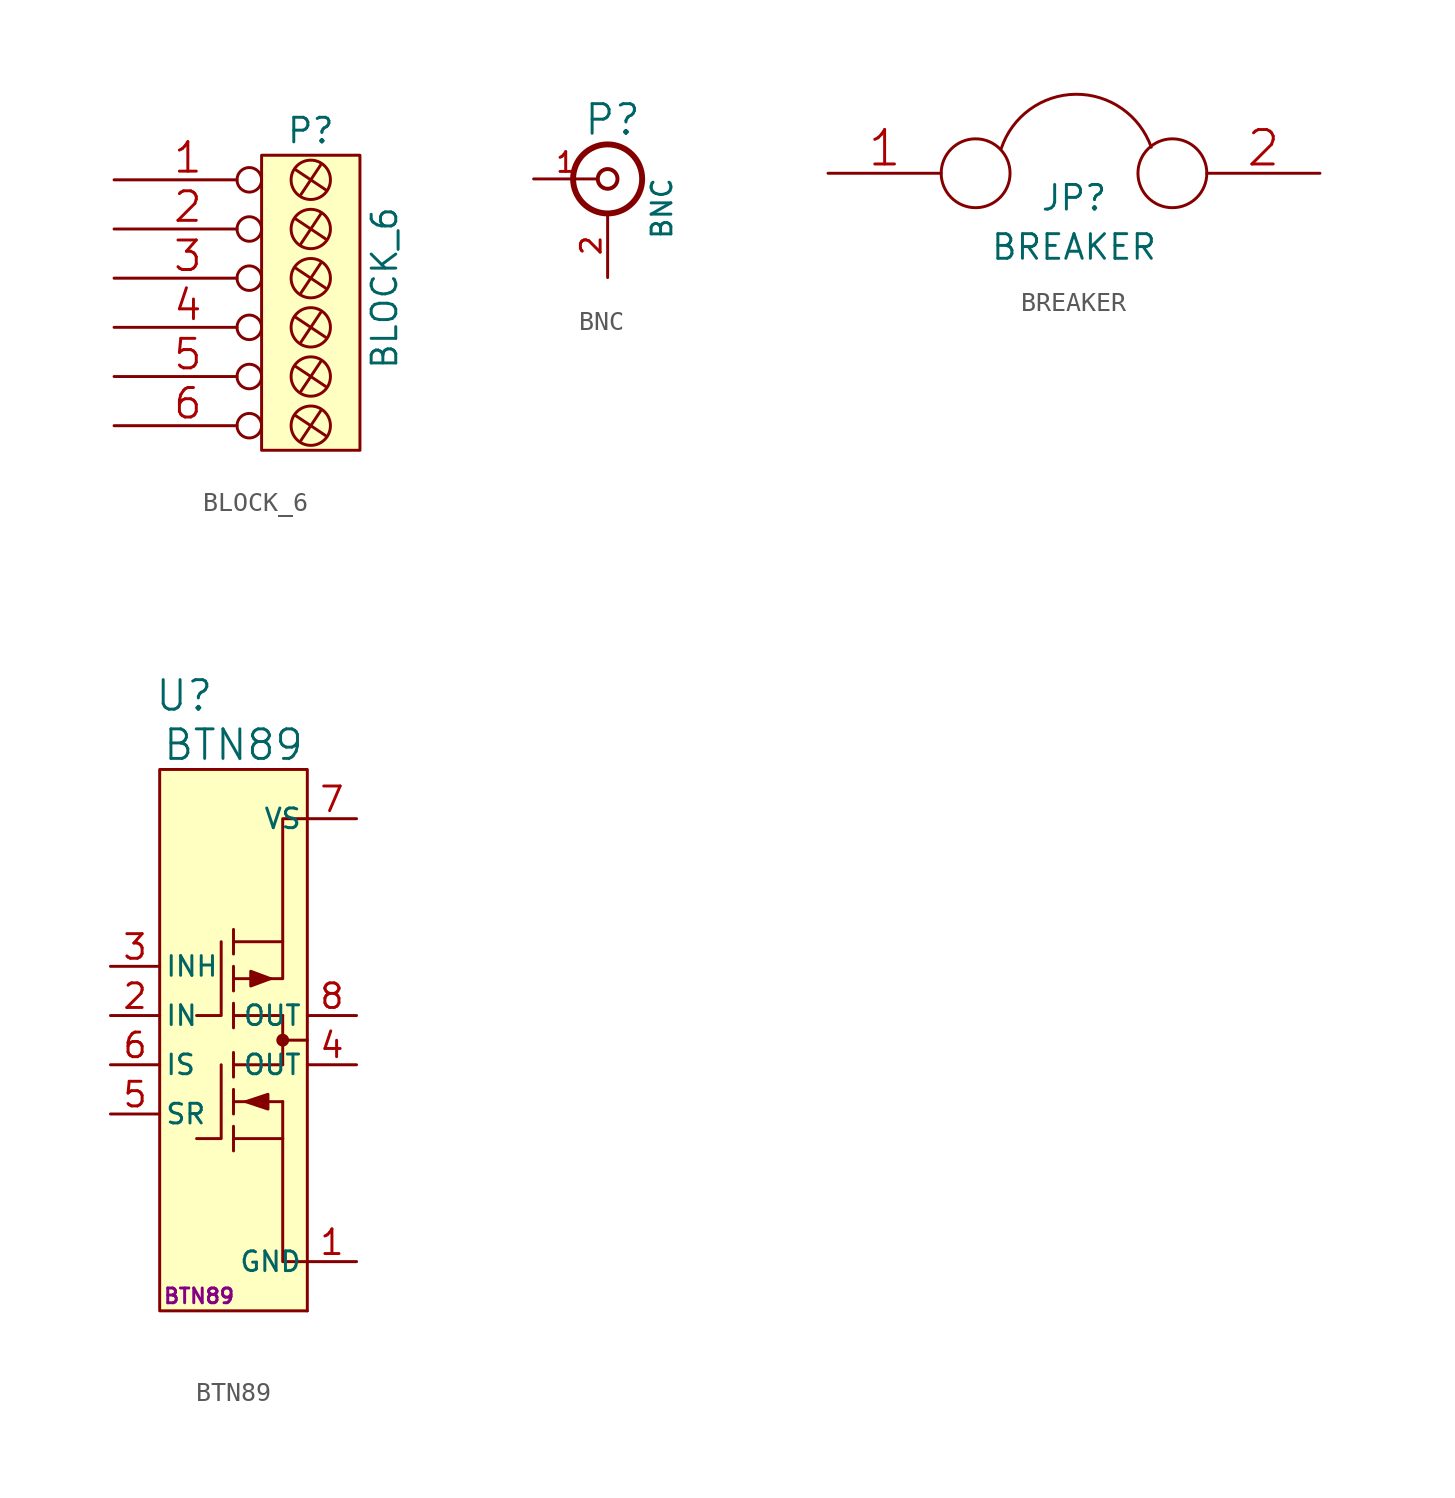
<source format=kicad_sym>
(kicad_symbol_lib
  (version 20220914)
  (generator kicad_symbol_editor)
  (symbol "BLOCK_6"
    (pin_names
      (offset 1.016))
    (property "Reference" "P"
      (at 0 7.62 0)
      (effects (font (size 1.27 1.27))))
    (property "Value" "BLOCK_6"
      (at 3.81 -0.508 90)
      (effects (font (size 1.27 1.27))))
    (property "Footprint" ""
      (at 0 0 0)
      (effects (font (size 1.524 1.524))))
    (property "Datasheet" ""
      (at 0 0 0)
      (effects (font (size 1.524 1.524))))
    (symbol "BLOCK_6_0_1"
      (rectangle (start -2.54 6.35) (end 2.54 -8.89) (stroke (width 0) (type default)) (fill (type background)))
      (circle (center 0 -7.62) (radius 1.016) (stroke (width 0) (type default)) (fill (type none)))
      (circle (center 0 -5.08) (radius 1.016) (stroke (width 0) (type default)) (fill (type none)))
      (circle (center 0 -2.54) (radius 1.016) (stroke (width 0) (type default)) (fill (type none)))
      (polyline (pts (xy -0.762 -7.112) (xy 0.762 -8.128)) (stroke (width 0) (type default)) (fill (type none)))
      (polyline (pts (xy -0.762 -4.572) (xy 0.762 -5.588)) (stroke (width 0) (type default)) (fill (type none)))
      (polyline (pts (xy -0.762 -2.032) (xy 0.762 -3.048)) (stroke (width 0) (type default)) (fill (type none)))
      (polyline (pts (xy -0.762 0.508) (xy 0.762 -0.508)) (stroke (width 0) (type default)) (fill (type none)))
      (polyline (pts (xy -0.762 3.048) (xy 0.762 2.032)) (stroke (width 0) (type default)) (fill (type none)))
      (polyline (pts (xy -0.762 5.588) (xy 0.762 4.572)) (stroke (width 0) (type default)) (fill (type none)))
      (polyline (pts (xy 0.508 -6.858) (xy -0.508 -8.382)) (stroke (width 0) (type default)) (fill (type none)))
      (polyline (pts (xy 0.508 -4.318) (xy -0.508 -5.842)) (stroke (width 0) (type default)) (fill (type none)))
      (polyline (pts (xy 0.508 -1.778) (xy -0.508 -3.302)) (stroke (width 0) (type default)) (fill (type none)))
      (polyline (pts (xy 0.508 0.762) (xy -0.508 -0.762)) (stroke (width 0) (type default)) (fill (type none)))
      (polyline (pts (xy 0.508 3.302) (xy -0.508 1.778)) (stroke (width 0) (type default)) (fill (type none)))
      (polyline (pts (xy 0.508 5.842) (xy -0.508 4.318)) (stroke (width 0) (type default)) (fill (type none)))
      (circle (center 0 0) (radius 1.016) (stroke (width 0) (type default)) (fill (type none)))
      (circle (center 0 2.54) (radius 1.016) (stroke (width 0) (type default)) (fill (type none)))
      (circle (center 0 5.08) (radius 1.016) (stroke (width 0) (type default)) (fill (type none))))
    (symbol "BLOCK_6_1_1"
      (pin passive inverted (at -10.16 5.08 0) (length 7.62) (name "~" (effects (font (size 1.524 1.524)))) (number "1" (effects (font (size 1.524 1.524)))))
      (pin passive inverted (at -10.16 2.54 0) (length 7.62) (name "~" (effects (font (size 1.524 1.524)))) (number "2" (effects (font (size 1.524 1.524)))))
      (pin passive inverted (at -10.16 0 0) (length 7.62) (name "~" (effects (font (size 1.524 1.524)))) (number "3" (effects (font (size 1.524 1.524)))))
      (pin passive inverted (at -10.16 -2.54 0) (length 7.62) (name "~" (effects (font (size 1.524 1.524)))) (number "4" (effects (font (size 1.524 1.524)))))
      (pin passive inverted (at -10.16 -5.08 0) (length 7.62) (name "~" (effects (font (size 1.524 1.524)))) (number "5" (effects (font (size 1.524 1.524)))))
      (pin passive inverted (at -10.16 -7.62 0) (length 7.62) (name "~" (effects (font (size 1.524 1.524)))) (number "6" (effects (font (size 1.524 1.524)))))))
  (symbol "BNC"
    (pin_names
      (offset 1.016) hide)
    (property "Reference" "P"
      (at 0.254 3.048 0)
      (effects (font (size 1.524 1.524))))
    (property "Value" "BNC"
      (at 2.794 -1.524 90)
      (effects (font (size 1.016 1.016))))
    (property "Footprint" ""
      (at 0 0 0)
      (effects (font (size 1.524 1.524))))
    (property "Datasheet" ""
      (at 0 0 0)
      (effects (font (size 1.524 1.524))))
    (symbol "BNC_0_1"
      (circle (center 0 0) (radius 0.508) (stroke (width 0.203) (type default)) (fill (type none)))
      (circle (center 0 0) (radius 1.778) (stroke (width 0.305) (type default)) (fill (type none))))
    (symbol "BNC_1_1"
      (pin passive line (at -3.81 0 0) (length 3.302) (name "In" (effects (font (size 1.016 1.016)))) (number "1" (effects (font (size 1.016 1.016)))))
      (pin passive line (at 0 -5.08 90) (length 3.302) (name "Ext" (effects (font (size 1.016 1.016)))) (number "2" (effects (font (size 1.016 1.016)))))))
  (symbol "BREAKER"
    (pin_names
      (offset 0.254))
    (property "Reference" "JP"
      (at 0 -1.27 0)
      (effects (font (size 1.27 1.27))))
    (property "Value" "BREAKER"
      (at 0 -3.81 0)
      (effects (font (size 1.27 1.27))))
    (property "Footprint" ""
      (at 0 0 0)
      (effects (font (size 1.524 1.524))))
    (property "Datasheet" ""
      (at 0 0 0)
      (effects (font (size 1.524 1.524))))
    (symbol "BREAKER_0_1"
      (circle (center -5.08 0) (radius 1.778) (stroke (width 0) (type default)) (fill (type none)))
      (arc (start 3.9878 1.3462) (mid 0.0697 4.0787) (end -3.7592 1.27) (stroke (width 0) (type default)) (fill (type none)))
      (circle (center 5.08 0) (radius 1.778) (stroke (width 0) (type default)) (fill (type none))))
    (symbol "BREAKER_1_1"
      (pin input line (at -12.7 0 0) (length 5.842) (name "~" (effects (font (size 1.778 1.778)))) (number "1" (effects (font (size 1.778 1.778)))))
      (pin input line (at 12.7 0 180) (length 5.842) (name "~" (effects (font (size 1.778 1.778)))) (number "2" (effects (font (size 1.778 1.778)))))))
  (symbol "BTN89"
    (pin_names
      (offset 0.254))
    (property "Reference" "U"
      (at -2.54 17.78 0)
      (effects (font (size 1.524 1.524))))
    (property "Value" "BTN89"
      (at 0 15.24 0)
      (effects (font (size 1.524 1.524))))
    (property "Footprint" "BTN89"
      (at -1.778 -13.208 0)
      (effects (font (size 0.762 0.762))))
    (property "Datasheet" ""
      (at -6.35 -6.35 0)
      (effects (font (size 1.524 1.524))))
    (symbol "BTN89_0_1"
      (polyline (pts (xy 0 -5.08) (xy 2.54 -5.08)) (stroke (width 0) (type default)) (fill (type none)))
      (polyline (pts (xy 0 -4.445) (xy 0 -5.715)) (stroke (width 0) (type default)) (fill (type none)))
      (polyline (pts (xy 0 -2.54) (xy 0 -3.81)) (stroke (width 0) (type default)) (fill (type none)))
      (polyline (pts (xy 0 -0.635) (xy 0 -1.905)) (stroke (width 0) (type default)) (fill (type none)))
      (polyline (pts (xy 0 1.27) (xy 2.54 1.27)) (stroke (width 0) (type default)) (fill (type none)))
      (polyline (pts (xy 0 1.905) (xy 0 0.635)) (stroke (width 0) (type default)) (fill (type none)))
      (polyline (pts (xy 0 3.175) (xy 1.905 3.175)) (stroke (width 0) (type default)) (fill (type none)))
      (polyline (pts (xy 0 3.81) (xy 0 2.54)) (stroke (width 0) (type default)) (fill (type none)))
      (polyline (pts (xy 0 5.715) (xy 0 4.445)) (stroke (width 0) (type default)) (fill (type none)))
      (polyline (pts (xy 0.635 -3.175) (xy 0 -3.175)) (stroke (width 0) (type default)) (fill (type none)))
      (polyline (pts (xy 2.54 -5.08) (xy 2.54 -3.175)) (stroke (width 0) (type default)) (fill (type none)))
      (polyline (pts (xy 2.54 -1.27) (xy 0 -1.27)) (stroke (width 0) (type default)) (fill (type none)))
      (polyline (pts (xy 2.54 -1.27) (xy 2.54 1.27)) (stroke (width 0) (type default)) (fill (type none)))
      (polyline (pts (xy 3.81 0) (xy 2.54 0)) (stroke (width 0) (type default)) (fill (type none)))
      (polyline (pts (xy -1.905 -5.08) (xy -0.635 -5.08) (xy -0.635 -1.27)) (stroke (width 0) (type default)) (fill (type none)))
      (polyline (pts (xy -1.905 1.27) (xy -0.635 1.27) (xy -0.635 5.08)) (stroke (width 0) (type default)) (fill (type none)))
      (polyline (pts (xy 2.54 -5.08) (xy 2.54 -11.43) (xy 3.81 -11.43)) (stroke (width 0) (type default)) (fill (type none)))
      (polyline (pts (xy 2.54 5.08) (xy 2.54 11.43) (xy 3.81 11.43)) (stroke (width 0) (type default)) (fill (type none)))
      (polyline (pts (xy 0 5.08) (xy 2.54 5.08) (xy 2.54 3.175) (xy 1.905 3.175)) (stroke (width 0) (type default)) (fill (type none)))
      (polyline (pts (xy 1.905 3.175) (xy 0.889 3.556) (xy 0.889 2.794) (xy 1.905 3.175)) (stroke (width 0) (type default)) (fill (type outline)))
      (polyline (pts (xy 2.54 -3.175) (xy 0.635 -3.175) (xy 1.778 -2.794) (xy 1.778 -3.556) (xy 0.635 -3.175)) (stroke (width 0) (type default)) (fill (type outline)))
      (circle (center 2.54 0) (radius 0.254) (stroke (width 0) (type default)) (fill (type outline)))
      (rectangle (start 3.81 -13.97) (end 3.81 -13.97) (stroke (width 0) (type default)) (fill (type none)))
      (rectangle (start 3.81 13.97) (end -3.81 -13.97) (stroke (width 0) (type default)) (fill (type background))))
    (symbol "BTN89_1_1"
      (pin input line (at 6.35 -11.43 180) (length 2.54) (name "GND" (effects (font (size 1.016 1.016)))) (number "1" (effects (font (size 1.27 1.27)))))
      (pin input line (at -6.35 1.27 0) (length 2.54) (name "IN" (effects (font (size 1.016 1.016)))) (number "2" (effects (font (size 1.27 1.27)))))
      (pin input line (at -6.35 3.81 0) (length 2.54) (name "INH" (effects (font (size 1.016 1.016)))) (number "3" (effects (font (size 1.27 1.27)))))
      (pin input line (at 6.35 -1.27 180) (length 2.54) (name "OUT" (effects (font (size 1.016 1.016)))) (number "4" (effects (font (size 1.27 1.27)))))
      (pin input line (at -6.35 -3.81 0) (length 2.54) (name "SR" (effects (font (size 1.016 1.016)))) (number "5" (effects (font (size 1.27 1.27)))))
      (pin input line (at -6.35 -1.27 0) (length 2.54) (name "IS" (effects (font (size 1.016 1.016)))) (number "6" (effects (font (size 1.27 1.27)))))
      (pin input line (at 6.35 11.43 180) (length 2.54) (name "VS" (effects (font (size 1.016 1.016)))) (number "7" (effects (font (size 1.27 1.27)))))
      (pin input line (at 6.35 1.27 180) (length 2.54) (name "OUT" (effects (font (size 1.016 1.016)))) (number "8" (effects (font (size 1.27 1.27))))))))
</source>
